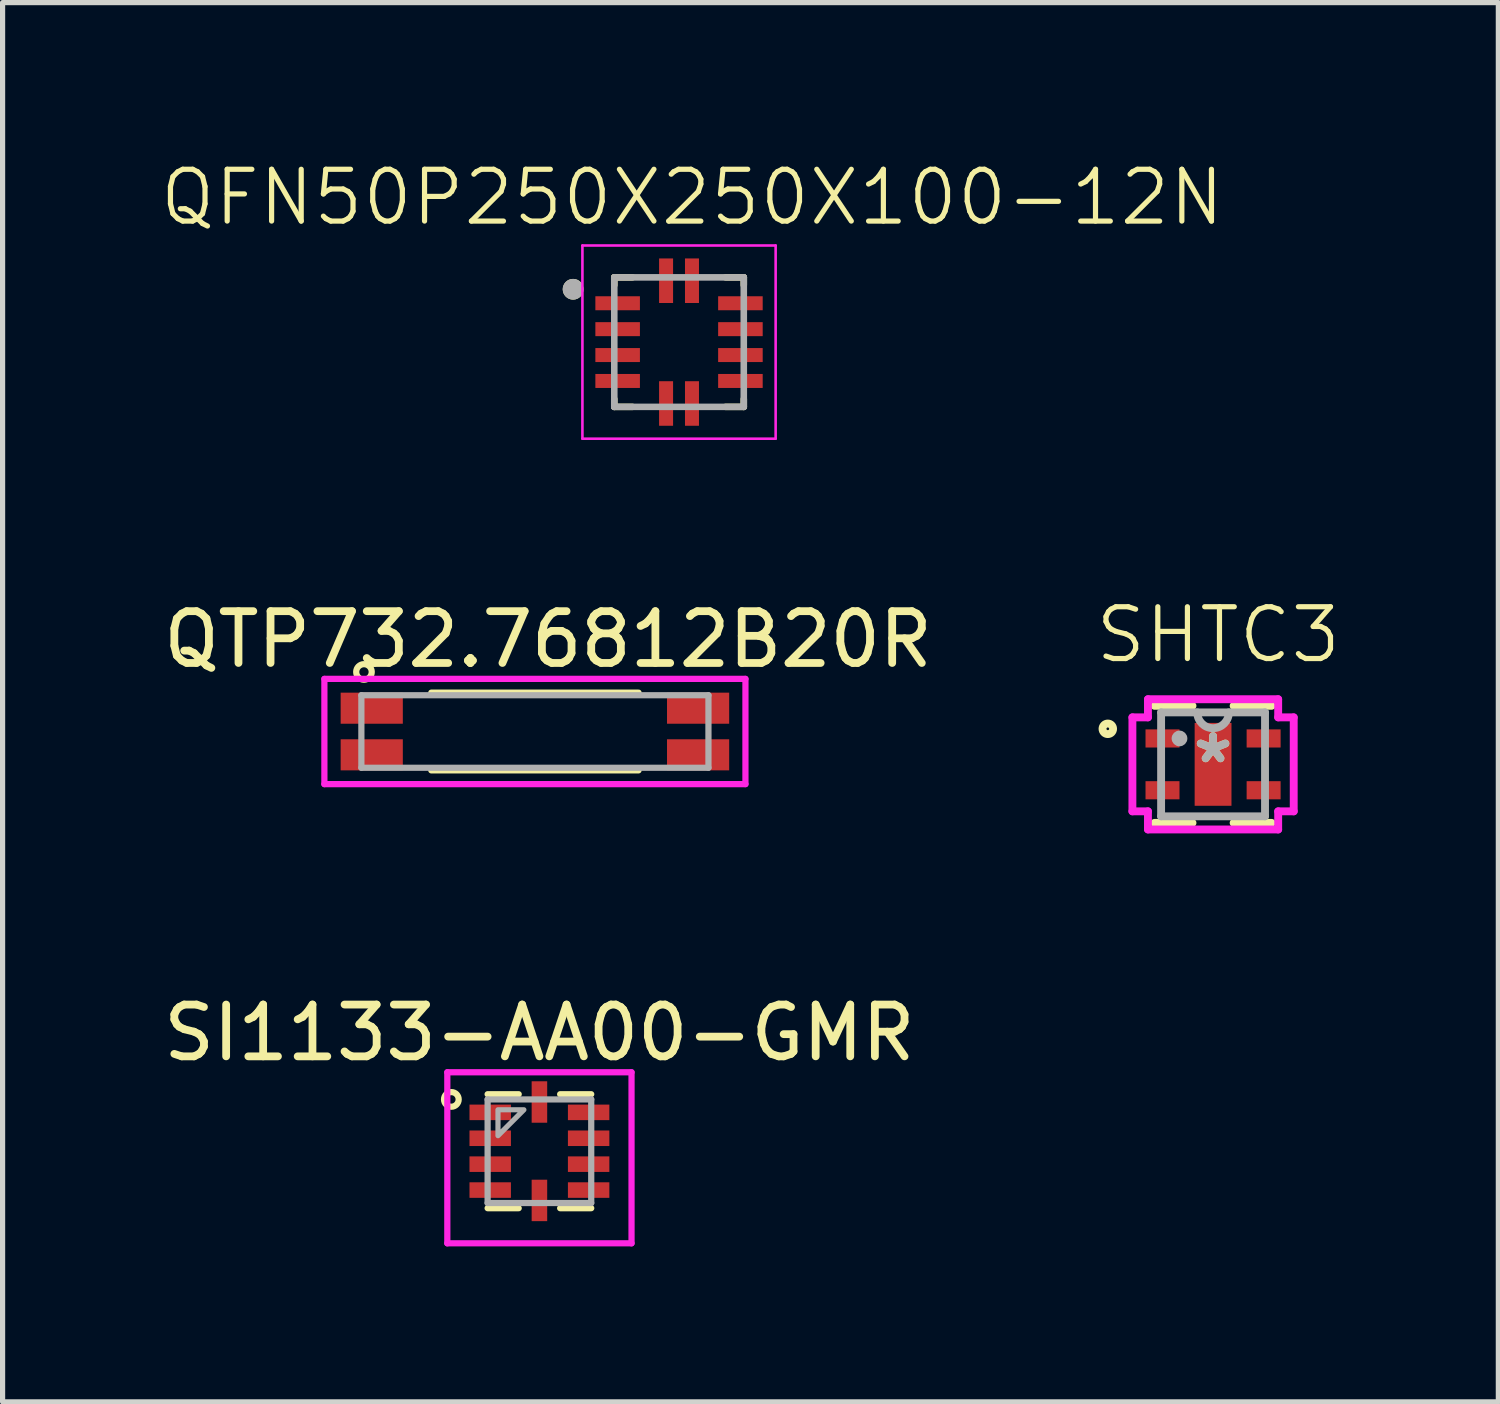
<source format=kicad_pcb>
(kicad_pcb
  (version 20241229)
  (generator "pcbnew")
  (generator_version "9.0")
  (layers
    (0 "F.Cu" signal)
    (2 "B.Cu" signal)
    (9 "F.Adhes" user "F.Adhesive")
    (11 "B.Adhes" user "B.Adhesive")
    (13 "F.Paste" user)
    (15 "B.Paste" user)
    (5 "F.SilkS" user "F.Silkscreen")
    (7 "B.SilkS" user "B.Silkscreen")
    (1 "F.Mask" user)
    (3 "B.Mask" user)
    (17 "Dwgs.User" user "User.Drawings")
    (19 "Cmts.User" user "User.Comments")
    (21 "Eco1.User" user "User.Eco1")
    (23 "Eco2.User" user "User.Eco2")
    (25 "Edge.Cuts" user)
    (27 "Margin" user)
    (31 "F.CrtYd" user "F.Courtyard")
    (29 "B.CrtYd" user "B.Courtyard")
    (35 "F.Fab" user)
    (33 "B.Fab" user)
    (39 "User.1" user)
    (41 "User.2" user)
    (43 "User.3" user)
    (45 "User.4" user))
  (footprint "SI1133-AA00-GMR"
    (layer "F.Cu")
    (at 7.363 19.173)
    (property "Reference" "SI1133-AA00-GMR" (at 0 -2.286 0) (layer "F.SilkS") (effects (font (size 1 1) (thickness 0.15))))
    (attr through_hole)
    (fp_line (start -1 -1.1) (end -0.4 -1.1) (stroke (width 0.12) (type solid)) (layer "F.SilkS"))
    (fp_line (start -1 1.1) (end -0.4 1.1) (stroke (width 0.12) (type solid)) (layer "F.SilkS"))
    (fp_line (start 0.4 -1.1) (end 1 -1.1) (stroke (width 0.12) (type solid)) (layer "F.SilkS"))
    (fp_line (start 0.4 1.1) (end 1 1.1) (stroke (width 0.12) (type solid)) (layer "F.SilkS"))
    (fp_circle (center -1.7 -1) (end -1.6 -1.1) (stroke (width 0.12) (type solid)) (fill no) (layer "F.SilkS"))
    (fp_line (start -1.778 -1.524) (end 1.778 -1.524) (stroke (width 0.12) (type solid)) (layer "F.CrtYd"))
    (fp_line (start -1.778 1.778) (end -1.778 -1.524) (stroke (width 0.12) (type solid)) (layer "F.CrtYd"))
    (fp_line (start 1.778 -1.524) (end 1.778 1.778) (stroke (width 0.12) (type solid)) (layer "F.CrtYd"))
    (fp_line (start 1.778 1.778) (end -1.778 1.778) (stroke (width 0.12) (type solid)) (layer "F.CrtYd"))
    (fp_line (start -1 -1) (end 1 -1) (stroke (width 0.12) (type solid)) (layer "F.Fab"))
    (fp_line (start -1 1) (end -1 -1) (stroke (width 0.12) (type solid)) (layer "F.Fab"))
    (fp_line (start 1 -1) (end 1 1) (stroke (width 0.12) (type solid)) (layer "F.Fab"))
    (fp_line (start 1 1) (end -1 1) (stroke (width 0.12) (type solid)) (layer "F.Fab"))
    (fp_poly (pts (xy -0.8 -0.3) (xy -0.8 -0.8) (xy -0.3 -0.8)) (stroke (width 0.1) (type solid)) (fill no) (layer "F.Fab"))
    (pad "1" smd rect (at -0.95 -0.75) (size 0.8 0.3) (layers "F.Cu" "F.Mask" "F.Paste"))
    (pad "2" smd rect (at -0.95 -0.25) (size 0.8 0.3) (layers "F.Cu" "F.Mask" "F.Paste"))
    (pad "3" smd rect (at -0.95 0.25) (size 0.8 0.3) (layers "F.Cu" "F.Mask" "F.Paste"))
    (pad "4" smd rect (at -0.95 0.75) (size 0.8 0.3) (layers "F.Cu" "F.Mask" "F.Paste"))
    (pad "5" smd rect (at 0 0.95 90) (size 0.8 0.3) (layers "F.Cu" "F.Mask" "F.Paste"))
    (pad "6" smd rect (at 0.95 0.75 180) (size 0.8 0.3) (layers "F.Cu" "F.Mask" "F.Paste"))
    (pad "7" smd rect (at 0.95 0.25 180) (size 0.8 0.3) (layers "F.Cu" "F.Mask" "F.Paste"))
    (pad "8" smd rect (at 0.95 -0.25 180) (size 0.8 0.3) (layers "F.Cu" "F.Mask" "F.Paste"))
    (pad "9" smd rect (at 0.95 -0.75 180) (size 0.8 0.3) (layers "F.Cu" "F.Mask" "F.Paste"))
    (pad "10" smd rect (at 0 -0.95 270) (size 0.8 0.3) (layers "F.Cu" "F.Mask" "F.Paste")))
  (footprint "QTP732.76812B20R"
    (layer "F.Cu")
    (at 7.276 11.071)
    (property "Reference" "QTP732.76812B20R" (at 0.254 -1.778 0) (layer "F.SilkS") (effects (font (size 1 1) (thickness 0.15))))
    (attr through_hole)
    (fp_line (start -2 -0.75) (end 2 -0.75) (stroke (width 0.12) (type solid)) (layer "F.SilkS"))
    (fp_line (start -2 0.75) (end 2 0.75) (stroke (width 0.12) (type solid)) (layer "F.SilkS"))
    (fp_circle (center -3.3 -1.15) (end -3.15 -1.15) (stroke (width 0.12) (type solid)) (fill no) (layer "F.SilkS"))
    (fp_line (start -4.064 -1.016) (end 4.064 -1.016) (stroke (width 0.12) (type solid)) (layer "F.CrtYd"))
    (fp_line (start -4.064 1.016) (end -4.064 -1.016) (stroke (width 0.12) (type solid)) (layer "F.CrtYd"))
    (fp_line (start 4.064 -1.016) (end 4.064 1.016) (stroke (width 0.12) (type solid)) (layer "F.CrtYd"))
    (fp_line (start 4.064 1.016) (end -4.064 1.016) (stroke (width 0.12) (type solid)) (layer "F.CrtYd"))
    (fp_line (start -3.35 -0.7) (end 3.35 -0.7) (stroke (width 0.12) (type solid)) (layer "F.Fab"))
    (fp_line (start -3.35 0.7) (end -3.35 -0.7) (stroke (width 0.12) (type solid)) (layer "F.Fab"))
    (fp_line (start 3.35 -0.7) (end 3.35 0.7) (stroke (width 0.12) (type solid)) (layer "F.Fab"))
    (fp_line (start 3.35 0.7) (end -3.35 0.7) (stroke (width 0.12) (type solid)) (layer "F.Fab"))
    (pad "1" smd rect (at -3.15 -0.45) (size 1.2 0.6) (layers "F.Cu" "F.Mask" "F.Paste"))
    (pad "2" smd rect (at 3.15 -0.45) (size 1.2 0.6) (layers "F.Cu" "F.Mask" "F.Paste"))
    (pad "3" smd rect (at 3.15 0.45) (size 1.2 0.6) (layers "F.Cu" "F.Mask" "F.Paste"))
    (pad "4" smd rect (at -3.15 0.45) (size 1.2 0.6) (layers "F.Cu" "F.Mask" "F.Paste")))
  (footprint "QFN50P250X250X100-12N"
    (layer "F.Cu")
    (at 10.058 3.554)
    (property "Reference" "QFN50P250X250X100-12N" (at 0.254 -2.794 0) (layer "F.SilkS") (effects (font (size 1 1) (thickness 0.1))))
    (attr through_hole)
    (fp_line (start -1.25 -1.25) (end -1.25 -1.1) (stroke (width 0.127) (type solid)) (layer "F.SilkS"))
    (fp_line (start -1.25 -1.25) (end -0.9 -1.25) (stroke (width 0.127) (type solid)) (layer "F.SilkS"))
    (fp_line (start -1.25 1.25) (end -1.25 1.1) (stroke (width 0.127) (type solid)) (layer "F.SilkS"))
    (fp_line (start -1.25 1.25) (end -0.9 1.25) (stroke (width 0.127) (type solid)) (layer "F.SilkS"))
    (fp_line (start 1.25 -1.25) (end 0.9 -1.25) (stroke (width 0.127) (type solid)) (layer "F.SilkS"))
    (fp_line (start 1.25 -1.25) (end 1.25 -1.1) (stroke (width 0.127) (type solid)) (layer "F.SilkS"))
    (fp_line (start 1.25 1.25) (end 0.9 1.25) (stroke (width 0.127) (type solid)) (layer "F.SilkS"))
    (fp_line (start 1.25 1.25) (end 1.25 1.1) (stroke (width 0.127) (type solid)) (layer "F.SilkS"))
    (fp_circle (center -2.045 -1.02) (end -1.945 -1.02) (stroke (width 0.2) (type solid)) (fill no) (layer "F.SilkS"))
    (fp_line (start -1.865 -1.865) (end 1.865 -1.865) (stroke (width 0.05) (type solid)) (layer "F.CrtYd"))
    (fp_line (start -1.865 1.865) (end -1.865 -1.865) (stroke (width 0.05) (type solid)) (layer "F.CrtYd"))
    (fp_line (start -1.865 1.865) (end 1.865 1.865) (stroke (width 0.05) (type solid)) (layer "F.CrtYd"))
    (fp_line (start 1.865 1.865) (end 1.865 -1.865) (stroke (width 0.05) (type solid)) (layer "F.CrtYd"))
    (fp_line (start -1.25 1.25) (end -1.25 -1.25) (stroke (width 0.127) (type solid)) (layer "F.Fab"))
    (fp_line (start 1.25 -1.25) (end -1.25 -1.25) (stroke (width 0.127) (type solid)) (layer "F.Fab"))
    (fp_line (start 1.25 1.25) (end -1.25 1.25) (stroke (width 0.127) (type solid)) (layer "F.Fab"))
    (fp_line (start 1.25 1.25) (end 1.25 -1.25) (stroke (width 0.127) (type solid)) (layer "F.Fab"))
    (fp_circle (center -2.045 -1.02) (end -1.945 -1.02) (stroke (width 0.2) (type solid)) (fill no) (layer "F.Fab"))
    (pad "1" smd rect (at -1.185 -0.75) (size 0.86 0.27) (layers "F.Cu" "F.Mask" "F.Paste"))
    (pad "2" smd rect (at -1.185 -0.25) (size 0.86 0.27) (layers "F.Cu" "F.Mask" "F.Paste"))
    (pad "3" smd rect (at -1.185 0.25) (size 0.86 0.27) (layers "F.Cu" "F.Mask" "F.Paste"))
    (pad "4" smd rect (at -1.185 0.75) (size 0.86 0.27) (layers "F.Cu" "F.Mask" "F.Paste"))
    (pad "5" smd rect (at -0.25 1.185) (size 0.27 0.86) (layers "F.Cu" "F.Mask" "F.Paste"))
    (pad "6" smd rect (at 0.25 1.185) (size 0.27 0.86) (layers "F.Cu" "F.Mask" "F.Paste"))
    (pad "7" smd rect (at 1.185 0.75) (size 0.86 0.27) (layers "F.Cu" "F.Mask" "F.Paste"))
    (pad "8" smd rect (at 1.185 0.25) (size 0.86 0.27) (layers "F.Cu" "F.Mask" "F.Paste"))
    (pad "9" smd rect (at 1.185 -0.25) (size 0.86 0.27) (layers "F.Cu" "F.Mask" "F.Paste"))
    (pad "10" smd rect (at 1.185 -0.75) (size 0.86 0.27) (layers "F.Cu" "F.Mask" "F.Paste"))
    (pad "11" smd rect (at 0.25 -1.185) (size 0.27 0.86) (layers "F.Cu" "F.Mask" "F.Paste"))
    (pad "12" smd rect (at -0.25 -1.185) (size 0.27 0.86) (layers "F.Cu" "F.Mask" "F.Paste")))
  (footprint "SHTC3"
    (layer "F.Cu")
    (at 20.367 11.705)
    (property "Reference" "SHTC3" (at 0.1 -2.5 0) (layer "F.SilkS") (effects (font (size 1 1) (thickness 0.1))))
    (attr through_hole)
    (fp_line (start -1.13 1.13) (end -0.397 1.13) (stroke (width 0.152) (type solid)) (layer "F.SilkS"))
    (fp_line (start -0.397 -1.13) (end -1.13 -1.13) (stroke (width 0.152) (type solid)) (layer "F.SilkS"))
    (fp_line (start 0.397 1.13) (end 1.13 1.13) (stroke (width 0.152) (type solid)) (layer "F.SilkS"))
    (fp_line (start 1.13 -1.13) (end 0.397 -1.13) (stroke (width 0.152) (type solid)) (layer "F.SilkS"))
    (fp_circle (center -2.032 -0.686) (end -1.93 -0.686) (stroke (width 0.152) (type solid)) (fill no) (layer "F.SilkS"))
    (fp_line (start -1.557 -0.907) (end -1.257 -0.907) (stroke (width 0.152) (type solid)) (layer "F.CrtYd"))
    (fp_line (start -1.557 0.907) (end -1.557 -0.907) (stroke (width 0.152) (type solid)) (layer "F.CrtYd"))
    (fp_line (start -1.257 -1.257) (end 1.257 -1.257) (stroke (width 0.152) (type solid)) (layer "F.CrtYd"))
    (fp_line (start -1.257 -0.907) (end -1.257 -1.257) (stroke (width 0.152) (type solid)) (layer "F.CrtYd"))
    (fp_line (start -1.257 0.907) (end -1.557 0.907) (stroke (width 0.152) (type solid)) (layer "F.CrtYd"))
    (fp_line (start -1.257 1.257) (end -1.257 0.907) (stroke (width 0.152) (type solid)) (layer "F.CrtYd"))
    (fp_line (start 1.257 -1.257) (end 1.257 -0.907) (stroke (width 0.152) (type solid)) (layer "F.CrtYd"))
    (fp_line (start 1.257 -0.907) (end 1.557 -0.907) (stroke (width 0.152) (type solid)) (layer "F.CrtYd"))
    (fp_line (start 1.257 0.907) (end 1.257 1.257) (stroke (width 0.152) (type solid)) (layer "F.CrtYd"))
    (fp_line (start 1.257 1.257) (end -1.257 1.257) (stroke (width 0.152) (type solid)) (layer "F.CrtYd"))
    (fp_line (start 1.557 -0.907) (end 1.557 0.907) (stroke (width 0.152) (type solid)) (layer "F.CrtYd"))
    (fp_line (start 1.557 0.907) (end 1.257 0.907) (stroke (width 0.152) (type solid)) (layer "F.CrtYd"))
    (fp_line (start -1.003 -1.003) (end -1.003 1.003) (stroke (width 0.152) (type solid)) (layer "F.Fab"))
    (fp_line (start -1.003 1.003) (end 1.003 1.003) (stroke (width 0.152) (type solid)) (layer "F.Fab"))
    (fp_line (start 1.003 -1.003) (end -1.003 -1.003) (stroke (width 0.152) (type solid)) (layer "F.Fab"))
    (fp_line (start 1.003 1.003) (end 1.003 -1.003) (stroke (width 0.152) (type solid)) (layer "F.Fab"))
    (fp_arc (start 0.3048 -1.0033) (mid 0 -0.6985) (end -0.3048 -1.0033) (stroke (width 0.1524) (type solid)) (layer "F.Fab"))
    (fp_circle (center -0.648 -0.5) (end -0.572 -0.5) (stroke (width 0.152) (type solid)) (fill no) (layer "F.Fab"))
    (fp_text user "*" (at 0 0 0) (layer "F.SilkS") (effects (font (size 1 1) (thickness 0.15))))
    (fp_text user "*" (at 0 0 0) (layer "F.Fab") (effects (font (size 1 1) (thickness 0.15))))
    (pad "1" smd rect (at -0.976 -0.5) (size 0.656 0.35) (layers "F.Cu" "F.Mask" "F.Paste"))
    (pad "2" smd rect (at -0.976 0.5) (size 0.656 0.35) (layers "F.Cu" "F.Mask" "F.Paste"))
    (pad "3" smd rect (at 0.976 0.5) (size 0.656 0.35) (layers "F.Cu" "F.Mask" "F.Paste"))
    (pad "4" smd rect (at 0.976 -0.5) (size 0.656 0.35) (layers "F.Cu" "F.Mask" "F.Paste"))
    (pad "5" smd rect (at 0 0) (size 0.711 1.6) (layers "F.Cu" "F.Mask" "F.Paste")))
  (gr_rect
    (start -3 -3)
    (end 25.874 24.011)
    (stroke (width 0.1) (type default))
    (fill no)
    (layer "Edge.Cuts")))
</source>
